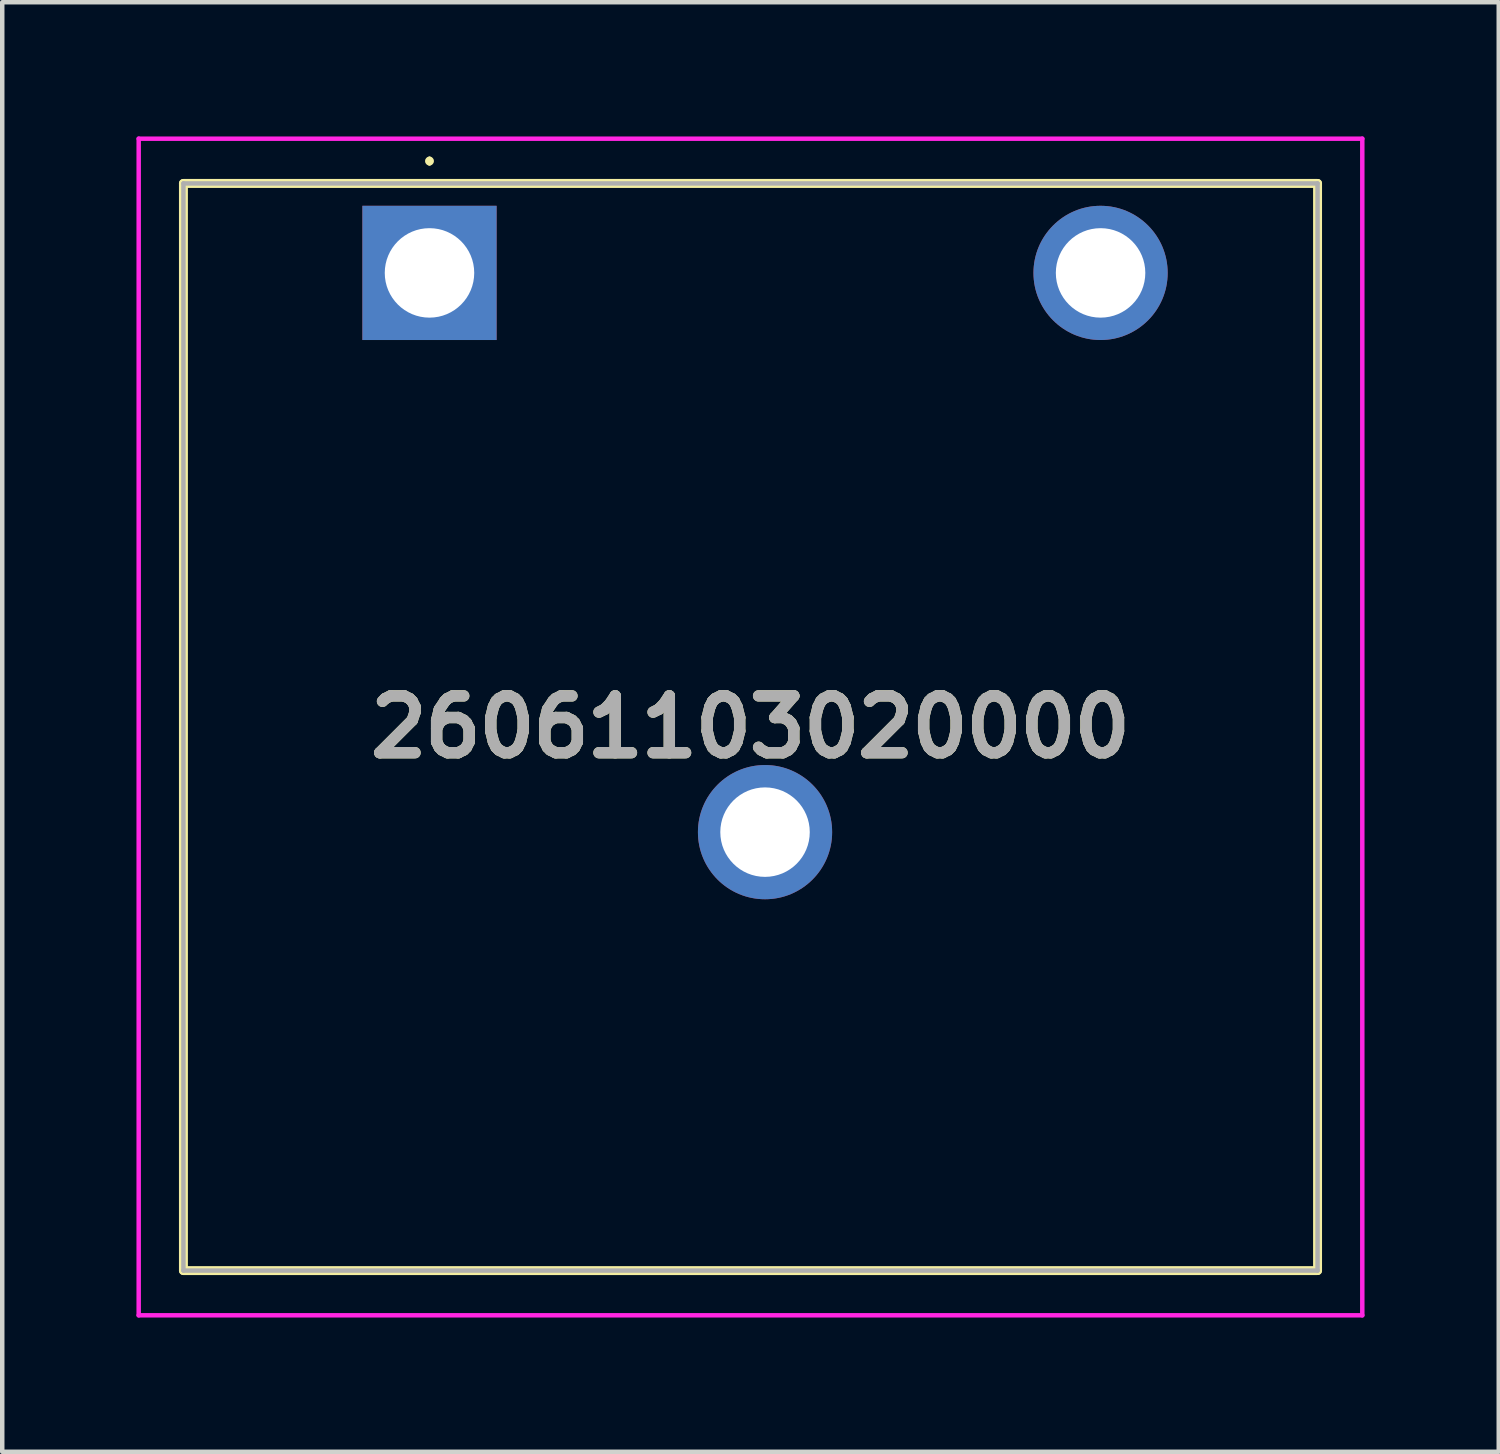
<source format=kicad_pcb>
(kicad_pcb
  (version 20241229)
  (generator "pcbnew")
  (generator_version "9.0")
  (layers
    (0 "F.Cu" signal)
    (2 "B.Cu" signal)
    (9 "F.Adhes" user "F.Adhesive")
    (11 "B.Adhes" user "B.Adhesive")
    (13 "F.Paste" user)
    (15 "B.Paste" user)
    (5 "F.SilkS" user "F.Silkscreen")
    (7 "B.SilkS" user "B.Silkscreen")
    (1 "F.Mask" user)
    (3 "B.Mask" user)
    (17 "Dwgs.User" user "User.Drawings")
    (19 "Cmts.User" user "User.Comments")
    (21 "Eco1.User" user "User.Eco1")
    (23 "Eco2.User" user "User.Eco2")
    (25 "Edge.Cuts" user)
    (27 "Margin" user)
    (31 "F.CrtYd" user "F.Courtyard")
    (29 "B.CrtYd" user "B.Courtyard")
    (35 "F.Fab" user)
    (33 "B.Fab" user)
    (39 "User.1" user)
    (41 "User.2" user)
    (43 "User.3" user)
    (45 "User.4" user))
  (footprint "26061103020000"
    (layer "F.Cu")
    (at 6.55 3.05)
    (property "Reference" "26061103020000" (at 7.175 10.15 0) (layer "F.SilkS") (effects (font (size 1.27 1.27) (thickness 0.254))))
    (attr through_hole)
    (fp_line (start -5.5 -2) (end 19.85 -2) (stroke (width 0.2) (type solid)) (layer "F.SilkS"))
    (fp_line (start -5.5 22.3) (end -5.5 -2) (stroke (width 0.2) (type solid)) (layer "F.SilkS"))
    (fp_line (start 0 -2.55) (end 0 -2.55) (stroke (width 0.1) (type solid)) (layer "F.SilkS"))
    (fp_line (start 0 -2.45) (end 0 -2.45) (stroke (width 0.1) (type solid)) (layer "F.SilkS"))
    (fp_line (start 19.85 -2) (end 19.85 22.3) (stroke (width 0.2) (type solid)) (layer "F.SilkS"))
    (fp_line (start 19.85 22.3) (end -5.5 22.3) (stroke (width 0.2) (type solid)) (layer "F.SilkS"))
    (fp_arc (start 0 -2.55) (mid 0.05 -2.5) (end 0 -2.45) (stroke (width 0.1) (type solid)) (layer "F.SilkS"))
    (fp_arc (start 0 -2.45) (mid -0.05 -2.5) (end 0 -2.55) (stroke (width 0.1) (type solid)) (layer "F.SilkS"))
    (fp_line (start -6.5 -3) (end 20.85 -3) (stroke (width 0.1) (type solid)) (layer "F.CrtYd"))
    (fp_line (start -6.5 23.3) (end -6.5 -3) (stroke (width 0.1) (type solid)) (layer "F.CrtYd"))
    (fp_line (start 20.85 -3) (end 20.85 23.3) (stroke (width 0.1) (type solid)) (layer "F.CrtYd"))
    (fp_line (start 20.85 23.3) (end -6.5 23.3) (stroke (width 0.1) (type solid)) (layer "F.CrtYd"))
    (fp_line (start -5.5 -2) (end 19.85 -2) (stroke (width 0.1) (type solid)) (layer "F.Fab"))
    (fp_line (start -5.5 22.3) (end -5.5 -2) (stroke (width 0.1) (type solid)) (layer "F.Fab"))
    (fp_line (start 19.85 -2) (end 19.85 22.3) (stroke (width 0.1) (type solid)) (layer "F.Fab"))
    (fp_line (start 19.85 22.3) (end -5.5 22.3) (stroke (width 0.1) (type solid)) (layer "F.Fab"))
    (fp_text user "${REFERENCE}" (at 7.175 10.15 0) (layer "F.Fab") (effects (font (size 1.27 1.27) (thickness 0.254))))
    (pad "1" thru_hole rect (at 0 0) (size 3 3) (drill 2) (layers "*.Cu" "*.Mask"))
    (pad "2" thru_hole circle (at 7.5 12.5) (size 3 3) (drill 2) (layers "*.Cu" "*.Mask"))
    (pad "3" thru_hole circle (at 15 0) (size 3 3) (drill 2) (layers "*.Cu" "*.Mask")))
  (gr_rect
    (start -3 -3)
    (end 30.45 29.4)
    (stroke (width 0.1) (type default))
    (fill no)
    (layer "Edge.Cuts")))
</source>
